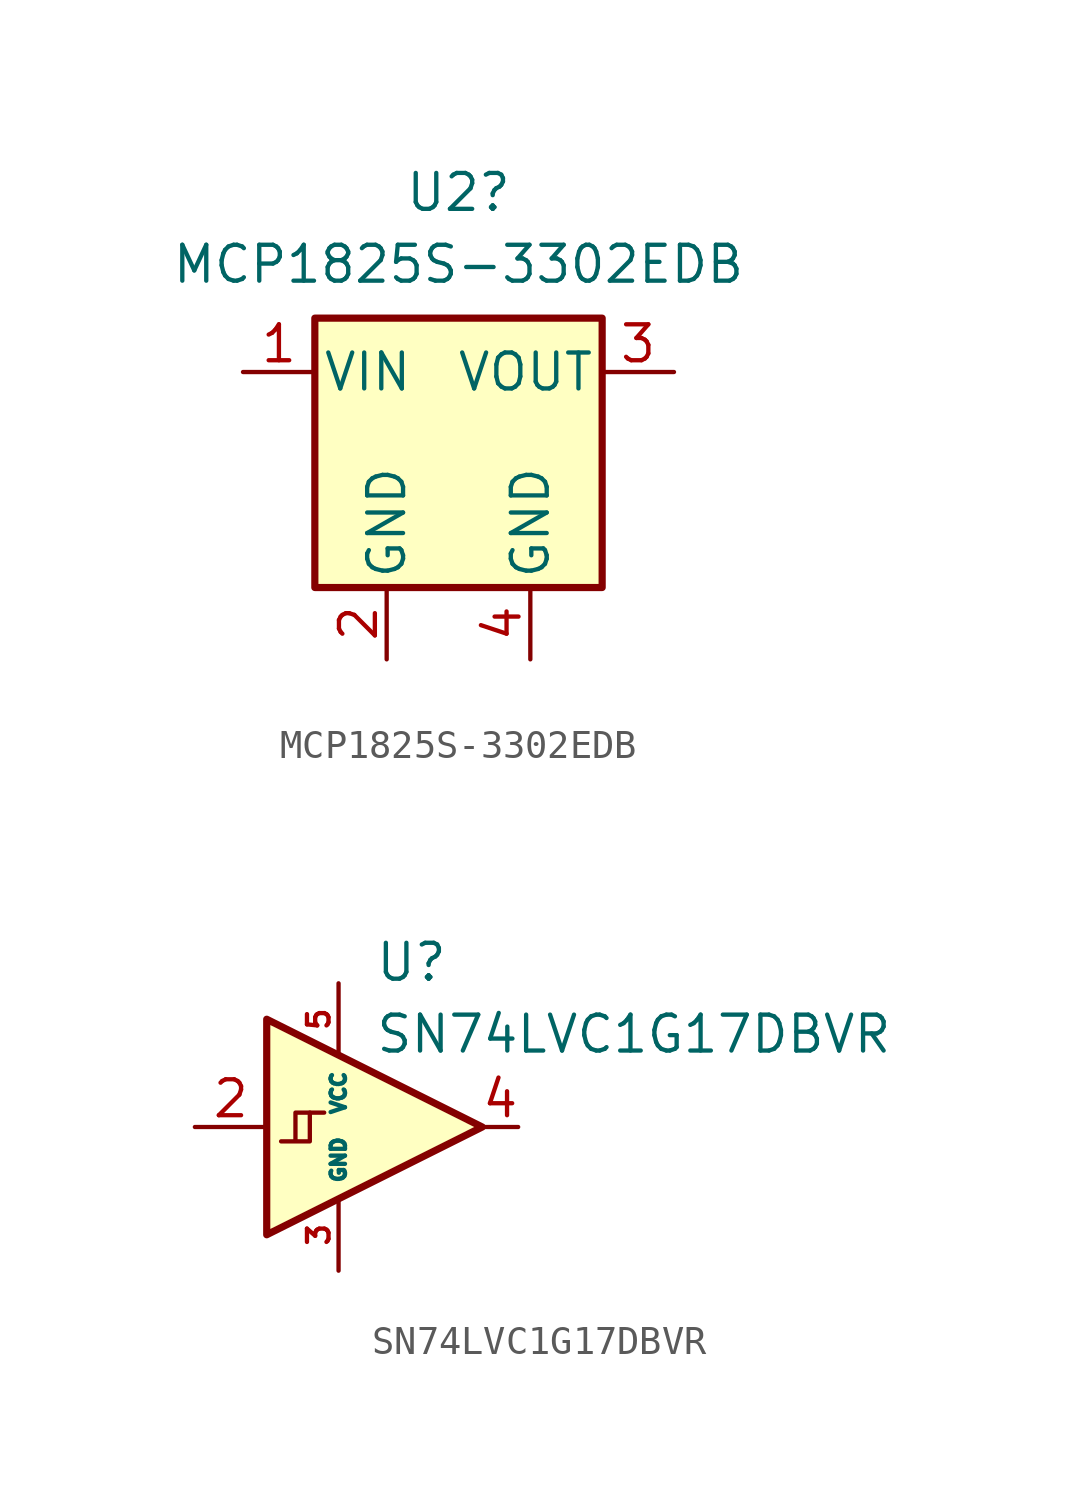
<source format=kicad_sym>
(kicad_symbol_lib
  (version 20211014)
  (generator kicad_symbol_editor)
  (symbol "MCP1825S-3302EDB"
    (pin_names
      (offset 0.254))
    (property "Reference" "U2"
      (at 0 8.89 0)
      (effects (font (size 1.27 1.27))))
    (property "Value" "MCP1825S-3302EDB"
      (at 0 6.35 0)
      (effects (font (size 1.27 1.27))))
    (symbol "MCP1825S-3302EDB_0_1"
      (rectangle (start -5.08 4.445) (end 5.08 -5.08) (stroke (width 0.254) (type default) (color 0 0 0 0)) (fill (type background))))
    (symbol "MCP1825S-3302EDB_1_1"
      (pin power_in line (at -7.62 2.54 0) (length 2.54) (name "VIN" (effects (font (size 1.27 1.27)))) (number "1" (effects (font (size 1.27 1.27)))))
      (pin power_in line (at -2.54 -7.62 90) (length 2.54) (name "GND" (effects (font (size 1.27 1.27)))) (number "2" (effects (font (size 1.27 1.27)))))
      (pin input line (at 7.62 2.54 180) (length 2.54) (name "VOUT" (effects (font (size 1.27 1.27)))) (number "3" (effects (font (size 1.27 1.27)))))
      (pin power_in line (at 2.54 -7.62 90) (length 2.54) (name "GND" (effects (font (size 1.27 1.27)))) (number "4" (effects (font (size 1.27 1.27)))))))
  (symbol "SN74LVC1G17DBVR"
    (property "Reference" "U"
      (at 1.27 5.08 0)
      (effects (font (size 1.27 1.27)) (justify left bottom)))
    (property "Value" "SN74LVC1G17DBVR"
      (at 1.27 2.54 0)
      (effects (font (size 1.27 1.27)) (justify left bottom)))
    (symbol "SN74LVC1G17DBVR_0_1"
      (polyline (pts (xy -1.016 0.508) (xy -0.508 0.508)) (stroke (width 0) (type default) (color 0 0 0 0)) (fill (type none)))
      (polyline (pts (xy -2.54 3.81) (xy -2.54 -3.81) (xy 5.08 0) (xy -2.54 3.81)) (stroke (width 0.254) (type default) (color 0 0 0 0)) (fill (type background)))
      (polyline (pts (xy -1.524 -0.508) (xy -1.524 0.508) (xy -1.016 0.508) (xy -1.016 -0.508) (xy -2.032 -0.508)) (stroke (width 0) (type default) (color 0 0 0 0)) (fill (type none))))
    (symbol "SN74LVC1G17DBVR_1_1"
      (pin no_connect line (at 5.08 0 180) (length 2.54) hide (name "NC" (effects (font (size 1.27 1.27)))) (number "1" (effects (font (size 1.27 1.27)))))
      (pin input line (at -5.08 0 0) (length 2.54) (name "~" (effects (font (size 1.27 1.27)))) (number "2" (effects (font (size 1.27 1.27)))))
      (pin power_in line (at 0 -5.08 90) (length 2.54) (name "GND" (effects (font (size 0.508 0.508)))) (number "3" (effects (font (size 0.762 0.762)))))
      (pin output line (at 6.35 0 180) (length 1.27) (name "~" (effects (font (size 1.27 1.27)))) (number "4" (effects (font (size 1.27 1.27)))))
      (pin power_in line (at 0 5.08 270) (length 2.54) (name "VCC" (effects (font (size 0.508 0.508)))) (number "5" (effects (font (size 0.762 0.762))))))))
</source>
